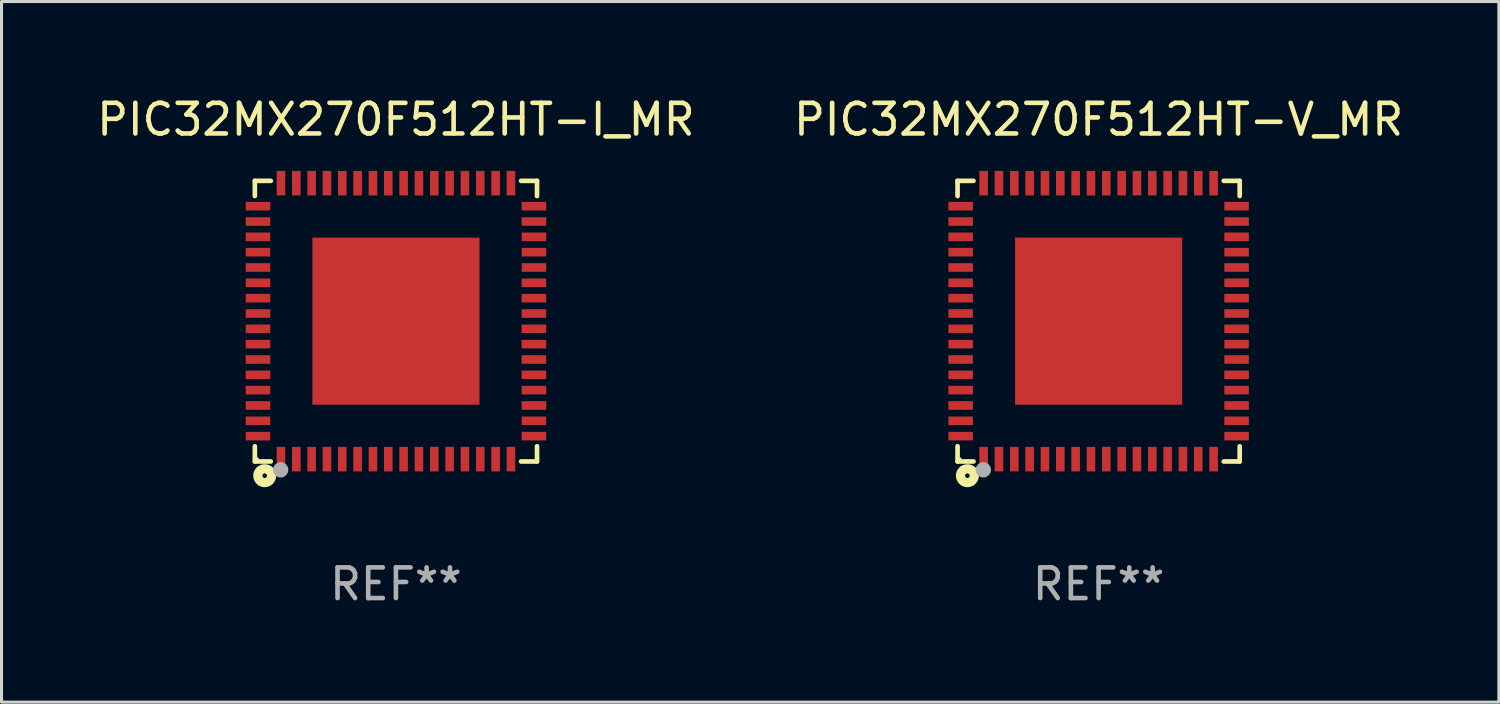
<source format=kicad_pcb>
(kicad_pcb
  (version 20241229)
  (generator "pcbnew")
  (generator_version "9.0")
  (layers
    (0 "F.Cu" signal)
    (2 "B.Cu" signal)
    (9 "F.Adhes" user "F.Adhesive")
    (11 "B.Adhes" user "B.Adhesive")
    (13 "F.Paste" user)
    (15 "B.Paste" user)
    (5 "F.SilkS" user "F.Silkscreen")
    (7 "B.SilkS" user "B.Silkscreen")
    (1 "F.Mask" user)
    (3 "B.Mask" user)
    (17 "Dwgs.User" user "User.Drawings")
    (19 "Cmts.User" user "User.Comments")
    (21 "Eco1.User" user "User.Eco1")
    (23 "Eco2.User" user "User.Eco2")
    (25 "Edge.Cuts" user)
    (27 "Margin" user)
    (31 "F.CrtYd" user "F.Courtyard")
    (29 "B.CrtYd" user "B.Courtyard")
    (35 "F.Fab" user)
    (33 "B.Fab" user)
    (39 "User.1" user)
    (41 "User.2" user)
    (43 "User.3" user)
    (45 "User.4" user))
  (footprint "PIC32MX270F512HT-I_MR"
    (layer "F.Cu")
    (at 9.863 7.424)
    (property "Reference" "PIC32MX270F512HT-I_MR" (at 0 -6.576 0) (layer "F.SilkS") (effects (font (size 1 1) (thickness 0.15))))
    (attr through_hole)
    (fp_line (start -4.601 -4.576) (end -4.081 -4.576) (stroke (width 0.152) (type solid)) (layer "F.SilkS"))
    (fp_line (start -4.601 -4.081) (end -4.601 -4.576) (stroke (width 0.152) (type solid)) (layer "F.SilkS"))
    (fp_line (start -4.601 4.081) (end -4.601 4.576) (stroke (width 0.152) (type solid)) (layer "F.SilkS"))
    (fp_line (start -4.601 4.576) (end -4.081 4.576) (stroke (width 0.152) (type solid)) (layer "F.SilkS"))
    (fp_line (start 4.601 -4.576) (end 4.081 -4.576) (stroke (width 0.152) (type solid)) (layer "F.SilkS"))
    (fp_line (start 4.601 -4.081) (end 4.601 -4.576) (stroke (width 0.152) (type solid)) (layer "F.SilkS"))
    (fp_line (start 4.601 4.081) (end 4.601 4.576) (stroke (width 0.152) (type solid)) (layer "F.SilkS"))
    (fp_line (start 4.601 4.576) (end 4.081 4.576) (stroke (width 0.152) (type solid)) (layer "F.SilkS"))
    (fp_circle (center -4.525 4.5) (end -4.495 4.5) (stroke (width 0.06) (type solid)) (fill no) (layer "F.SilkS"))
    (fp_circle (center -4.28 5.04) (end -4.205 5.04) (stroke (width 0.3) (type solid)) (fill no) (layer "F.SilkS"))
    (fp_circle (center -3.76 4.85) (end -3.635 4.85) (stroke (width 0.25) (type solid)) (fill no) (layer "F.Fab"))
    (fp_text user "REF**" (at 0 8.576 0) (layer "F.Fab") (effects (font (size 1 1) (thickness 0.15))))
    (pad "1" smd rect (at -3.75 4.5) (size 0.28 0.8) (layers "F.Cu" "F.Mask" "F.Paste"))
    (pad "2" smd rect (at -3.25 4.5) (size 0.28 0.8) (layers "F.Cu" "F.Mask" "F.Paste"))
    (pad "3" smd rect (at -2.75 4.5) (size 0.28 0.8) (layers "F.Cu" "F.Mask" "F.Paste"))
    (pad "4" smd rect (at -2.25 4.5) (size 0.28 0.8) (layers "F.Cu" "F.Mask" "F.Paste"))
    (pad "5" smd rect (at -1.75 4.5) (size 0.28 0.8) (layers "F.Cu" "F.Mask" "F.Paste"))
    (pad "6" smd rect (at -1.25 4.5) (size 0.28 0.8) (layers "F.Cu" "F.Mask" "F.Paste"))
    (pad "7" smd rect (at -0.75 4.5) (size 0.28 0.8) (layers "F.Cu" "F.Mask" "F.Paste"))
    (pad "8" smd rect (at -0.25 4.5) (size 0.28 0.8) (layers "F.Cu" "F.Mask" "F.Paste"))
    (pad "9" smd rect (at 0.25 4.5) (size 0.28 0.8) (layers "F.Cu" "F.Mask" "F.Paste"))
    (pad "10" smd rect (at 0.75 4.5) (size 0.28 0.8) (layers "F.Cu" "F.Mask" "F.Paste"))
    (pad "11" smd rect (at 1.25 4.5) (size 0.28 0.8) (layers "F.Cu" "F.Mask" "F.Paste"))
    (pad "12" smd rect (at 1.75 4.5) (size 0.28 0.8) (layers "F.Cu" "F.Mask" "F.Paste"))
    (pad "13" smd rect (at 2.25 4.5) (size 0.28 0.8) (layers "F.Cu" "F.Mask" "F.Paste"))
    (pad "14" smd rect (at 2.75 4.5) (size 0.28 0.8) (layers "F.Cu" "F.Mask" "F.Paste"))
    (pad "15" smd rect (at 3.25 4.5) (size 0.28 0.8) (layers "F.Cu" "F.Mask" "F.Paste"))
    (pad "16" smd rect (at 3.75 4.5) (size 0.28 0.8) (layers "F.Cu" "F.Mask" "F.Paste"))
    (pad "17" smd rect (at 4.5 3.75) (size 0.8 0.28) (layers "F.Cu" "F.Mask" "F.Paste"))
    (pad "18" smd rect (at 4.5 3.25) (size 0.8 0.28) (layers "F.Cu" "F.Mask" "F.Paste"))
    (pad "19" smd rect (at 4.5 2.75) (size 0.8 0.28) (layers "F.Cu" "F.Mask" "F.Paste"))
    (pad "20" smd rect (at 4.5 2.25) (size 0.8 0.28) (layers "F.Cu" "F.Mask" "F.Paste"))
    (pad "21" smd rect (at 4.5 1.75) (size 0.8 0.28) (layers "F.Cu" "F.Mask" "F.Paste"))
    (pad "22" smd rect (at 4.5 1.25) (size 0.8 0.28) (layers "F.Cu" "F.Mask" "F.Paste"))
    (pad "23" smd rect (at 4.5 0.75) (size 0.8 0.28) (layers "F.Cu" "F.Mask" "F.Paste"))
    (pad "24" smd rect (at 4.5 0.25) (size 0.8 0.28) (layers "F.Cu" "F.Mask" "F.Paste"))
    (pad "25" smd rect (at 4.5 -0.25) (size 0.8 0.28) (layers "F.Cu" "F.Mask" "F.Paste"))
    (pad "26" smd rect (at 4.5 -0.75) (size 0.8 0.28) (layers "F.Cu" "F.Mask" "F.Paste"))
    (pad "27" smd rect (at 4.5 -1.25) (size 0.8 0.28) (layers "F.Cu" "F.Mask" "F.Paste"))
    (pad "28" smd rect (at 4.5 -1.75) (size 0.8 0.28) (layers "F.Cu" "F.Mask" "F.Paste"))
    (pad "29" smd rect (at 4.5 -2.25) (size 0.8 0.28) (layers "F.Cu" "F.Mask" "F.Paste"))
    (pad "30" smd rect (at 4.5 -2.75) (size 0.8 0.28) (layers "F.Cu" "F.Mask" "F.Paste"))
    (pad "31" smd rect (at 4.5 -3.25) (size 0.8 0.28) (layers "F.Cu" "F.Mask" "F.Paste"))
    (pad "32" smd rect (at 4.5 -3.75) (size 0.8 0.28) (layers "F.Cu" "F.Mask" "F.Paste"))
    (pad "33" smd rect (at 3.75 -4.5) (size 0.28 0.8) (layers "F.Cu" "F.Mask" "F.Paste"))
    (pad "34" smd rect (at 3.25 -4.5) (size 0.28 0.8) (layers "F.Cu" "F.Mask" "F.Paste"))
    (pad "35" smd rect (at 2.75 -4.5) (size 0.28 0.8) (layers "F.Cu" "F.Mask" "F.Paste"))
    (pad "36" smd rect (at 2.25 -4.5) (size 0.28 0.8) (layers "F.Cu" "F.Mask" "F.Paste"))
    (pad "37" smd rect (at 1.75 -4.5) (size 0.28 0.8) (layers "F.Cu" "F.Mask" "F.Paste"))
    (pad "38" smd rect (at 1.25 -4.5) (size 0.28 0.8) (layers "F.Cu" "F.Mask" "F.Paste"))
    (pad "39" smd rect (at 0.75 -4.5) (size 0.28 0.8) (layers "F.Cu" "F.Mask" "F.Paste"))
    (pad "40" smd rect (at 0.25 -4.5) (size 0.28 0.8) (layers "F.Cu" "F.Mask" "F.Paste"))
    (pad "41" smd rect (at -0.25 -4.5) (size 0.28 0.8) (layers "F.Cu" "F.Mask" "F.Paste"))
    (pad "42" smd rect (at -0.75 -4.5) (size 0.28 0.8) (layers "F.Cu" "F.Mask" "F.Paste"))
    (pad "43" smd rect (at -1.25 -4.5) (size 0.28 0.8) (layers "F.Cu" "F.Mask" "F.Paste"))
    (pad "44" smd rect (at -1.75 -4.5) (size 0.28 0.8) (layers "F.Cu" "F.Mask" "F.Paste"))
    (pad "45" smd rect (at -2.25 -4.5) (size 0.28 0.8) (layers "F.Cu" "F.Mask" "F.Paste"))
    (pad "46" smd rect (at -2.75 -4.5) (size 0.28 0.8) (layers "F.Cu" "F.Mask" "F.Paste"))
    (pad "47" smd rect (at -3.25 -4.5) (size 0.28 0.8) (layers "F.Cu" "F.Mask" "F.Paste"))
    (pad "48" smd rect (at -3.75 -4.5) (size 0.28 0.8) (layers "F.Cu" "F.Mask" "F.Paste"))
    (pad "49" smd rect (at -4.5 -3.75) (size 0.8 0.28) (layers "F.Cu" "F.Mask" "F.Paste"))
    (pad "50" smd rect (at -4.5 -3.25) (size 0.8 0.28) (layers "F.Cu" "F.Mask" "F.Paste"))
    (pad "51" smd rect (at -4.5 -2.75) (size 0.8 0.28) (layers "F.Cu" "F.Mask" "F.Paste"))
    (pad "52" smd rect (at -4.5 -2.25) (size 0.8 0.28) (layers "F.Cu" "F.Mask" "F.Paste"))
    (pad "53" smd rect (at -4.5 -1.75) (size 0.8 0.28) (layers "F.Cu" "F.Mask" "F.Paste"))
    (pad "54" smd rect (at -4.5 -1.25) (size 0.8 0.28) (layers "F.Cu" "F.Mask" "F.Paste"))
    (pad "55" smd rect (at -4.5 -0.75) (size 0.8 0.28) (layers "F.Cu" "F.Mask" "F.Paste"))
    (pad "56" smd rect (at -4.5 -0.25) (size 0.8 0.28) (layers "F.Cu" "F.Mask" "F.Paste"))
    (pad "57" smd rect (at -4.5 0.25) (size 0.8 0.28) (layers "F.Cu" "F.Mask" "F.Paste"))
    (pad "58" smd rect (at -4.5 0.75) (size 0.8 0.28) (layers "F.Cu" "F.Mask" "F.Paste"))
    (pad "59" smd rect (at -4.5 1.25) (size 0.8 0.28) (layers "F.Cu" "F.Mask" "F.Paste"))
    (pad "60" smd rect (at -4.5 1.75) (size 0.8 0.28) (layers "F.Cu" "F.Mask" "F.Paste"))
    (pad "61" smd rect (at -4.5 2.25) (size 0.8 0.28) (layers "F.Cu" "F.Mask" "F.Paste"))
    (pad "62" smd rect (at -4.5 2.75) (size 0.8 0.28) (layers "F.Cu" "F.Mask" "F.Paste"))
    (pad "63" smd rect (at -4.5 3.25) (size 0.8 0.28) (layers "F.Cu" "F.Mask" "F.Paste"))
    (pad "64" smd rect (at -4.5 3.75) (size 0.8 0.28) (layers "F.Cu" "F.Mask" "F.Paste"))
    (pad "65" smd rect (at 0 0) (size 5.45 5.45) (layers "F.Cu" "F.Mask" "F.Paste")))
  (footprint "PIC32MX270F512HT-V_MR"
    (layer "F.Cu")
    (at 32.78 7.424)
    (property "Reference" "PIC32MX270F512HT-V_MR" (at 0 -6.576 0) (layer "F.SilkS") (effects (font (size 1 1) (thickness 0.15))))
    (attr through_hole)
    (fp_line (start -4.601 -4.576) (end -4.081 -4.576) (stroke (width 0.152) (type solid)) (layer "F.SilkS"))
    (fp_line (start -4.601 -4.081) (end -4.601 -4.576) (stroke (width 0.152) (type solid)) (layer "F.SilkS"))
    (fp_line (start -4.601 4.081) (end -4.601 4.576) (stroke (width 0.152) (type solid)) (layer "F.SilkS"))
    (fp_line (start -4.601 4.576) (end -4.081 4.576) (stroke (width 0.152) (type solid)) (layer "F.SilkS"))
    (fp_line (start 4.601 -4.576) (end 4.081 -4.576) (stroke (width 0.152) (type solid)) (layer "F.SilkS"))
    (fp_line (start 4.601 -4.081) (end 4.601 -4.576) (stroke (width 0.152) (type solid)) (layer "F.SilkS"))
    (fp_line (start 4.601 4.081) (end 4.601 4.576) (stroke (width 0.152) (type solid)) (layer "F.SilkS"))
    (fp_line (start 4.601 4.576) (end 4.081 4.576) (stroke (width 0.152) (type solid)) (layer "F.SilkS"))
    (fp_circle (center -4.525 4.5) (end -4.495 4.5) (stroke (width 0.06) (type solid)) (fill no) (layer "F.SilkS"))
    (fp_circle (center -4.28 5.04) (end -4.205 5.04) (stroke (width 0.3) (type solid)) (fill no) (layer "F.SilkS"))
    (fp_circle (center -3.76 4.85) (end -3.635 4.85) (stroke (width 0.25) (type solid)) (fill no) (layer "F.Fab"))
    (fp_text user "REF**" (at 0 8.576 0) (layer "F.Fab") (effects (font (size 1 1) (thickness 0.15))))
    (pad "1" smd rect (at -3.75 4.5) (size 0.28 0.8) (layers "F.Cu" "F.Mask" "F.Paste"))
    (pad "2" smd rect (at -3.25 4.5) (size 0.28 0.8) (layers "F.Cu" "F.Mask" "F.Paste"))
    (pad "3" smd rect (at -2.75 4.5) (size 0.28 0.8) (layers "F.Cu" "F.Mask" "F.Paste"))
    (pad "4" smd rect (at -2.25 4.5) (size 0.28 0.8) (layers "F.Cu" "F.Mask" "F.Paste"))
    (pad "5" smd rect (at -1.75 4.5) (size 0.28 0.8) (layers "F.Cu" "F.Mask" "F.Paste"))
    (pad "6" smd rect (at -1.25 4.5) (size 0.28 0.8) (layers "F.Cu" "F.Mask" "F.Paste"))
    (pad "7" smd rect (at -0.75 4.5) (size 0.28 0.8) (layers "F.Cu" "F.Mask" "F.Paste"))
    (pad "8" smd rect (at -0.25 4.5) (size 0.28 0.8) (layers "F.Cu" "F.Mask" "F.Paste"))
    (pad "9" smd rect (at 0.25 4.5) (size 0.28 0.8) (layers "F.Cu" "F.Mask" "F.Paste"))
    (pad "10" smd rect (at 0.75 4.5) (size 0.28 0.8) (layers "F.Cu" "F.Mask" "F.Paste"))
    (pad "11" smd rect (at 1.25 4.5) (size 0.28 0.8) (layers "F.Cu" "F.Mask" "F.Paste"))
    (pad "12" smd rect (at 1.75 4.5) (size 0.28 0.8) (layers "F.Cu" "F.Mask" "F.Paste"))
    (pad "13" smd rect (at 2.25 4.5) (size 0.28 0.8) (layers "F.Cu" "F.Mask" "F.Paste"))
    (pad "14" smd rect (at 2.75 4.5) (size 0.28 0.8) (layers "F.Cu" "F.Mask" "F.Paste"))
    (pad "15" smd rect (at 3.25 4.5) (size 0.28 0.8) (layers "F.Cu" "F.Mask" "F.Paste"))
    (pad "16" smd rect (at 3.75 4.5) (size 0.28 0.8) (layers "F.Cu" "F.Mask" "F.Paste"))
    (pad "17" smd rect (at 4.5 3.75) (size 0.8 0.28) (layers "F.Cu" "F.Mask" "F.Paste"))
    (pad "18" smd rect (at 4.5 3.25) (size 0.8 0.28) (layers "F.Cu" "F.Mask" "F.Paste"))
    (pad "19" smd rect (at 4.5 2.75) (size 0.8 0.28) (layers "F.Cu" "F.Mask" "F.Paste"))
    (pad "20" smd rect (at 4.5 2.25) (size 0.8 0.28) (layers "F.Cu" "F.Mask" "F.Paste"))
    (pad "21" smd rect (at 4.5 1.75) (size 0.8 0.28) (layers "F.Cu" "F.Mask" "F.Paste"))
    (pad "22" smd rect (at 4.5 1.25) (size 0.8 0.28) (layers "F.Cu" "F.Mask" "F.Paste"))
    (pad "23" smd rect (at 4.5 0.75) (size 0.8 0.28) (layers "F.Cu" "F.Mask" "F.Paste"))
    (pad "24" smd rect (at 4.5 0.25) (size 0.8 0.28) (layers "F.Cu" "F.Mask" "F.Paste"))
    (pad "25" smd rect (at 4.5 -0.25) (size 0.8 0.28) (layers "F.Cu" "F.Mask" "F.Paste"))
    (pad "26" smd rect (at 4.5 -0.75) (size 0.8 0.28) (layers "F.Cu" "F.Mask" "F.Paste"))
    (pad "27" smd rect (at 4.5 -1.25) (size 0.8 0.28) (layers "F.Cu" "F.Mask" "F.Paste"))
    (pad "28" smd rect (at 4.5 -1.75) (size 0.8 0.28) (layers "F.Cu" "F.Mask" "F.Paste"))
    (pad "29" smd rect (at 4.5 -2.25) (size 0.8 0.28) (layers "F.Cu" "F.Mask" "F.Paste"))
    (pad "30" smd rect (at 4.5 -2.75) (size 0.8 0.28) (layers "F.Cu" "F.Mask" "F.Paste"))
    (pad "31" smd rect (at 4.5 -3.25) (size 0.8 0.28) (layers "F.Cu" "F.Mask" "F.Paste"))
    (pad "32" smd rect (at 4.5 -3.75) (size 0.8 0.28) (layers "F.Cu" "F.Mask" "F.Paste"))
    (pad "33" smd rect (at 3.75 -4.5) (size 0.28 0.8) (layers "F.Cu" "F.Mask" "F.Paste"))
    (pad "34" smd rect (at 3.25 -4.5) (size 0.28 0.8) (layers "F.Cu" "F.Mask" "F.Paste"))
    (pad "35" smd rect (at 2.75 -4.5) (size 0.28 0.8) (layers "F.Cu" "F.Mask" "F.Paste"))
    (pad "36" smd rect (at 2.25 -4.5) (size 0.28 0.8) (layers "F.Cu" "F.Mask" "F.Paste"))
    (pad "37" smd rect (at 1.75 -4.5) (size 0.28 0.8) (layers "F.Cu" "F.Mask" "F.Paste"))
    (pad "38" smd rect (at 1.25 -4.5) (size 0.28 0.8) (layers "F.Cu" "F.Mask" "F.Paste"))
    (pad "39" smd rect (at 0.75 -4.5) (size 0.28 0.8) (layers "F.Cu" "F.Mask" "F.Paste"))
    (pad "40" smd rect (at 0.25 -4.5) (size 0.28 0.8) (layers "F.Cu" "F.Mask" "F.Paste"))
    (pad "41" smd rect (at -0.25 -4.5) (size 0.28 0.8) (layers "F.Cu" "F.Mask" "F.Paste"))
    (pad "42" smd rect (at -0.75 -4.5) (size 0.28 0.8) (layers "F.Cu" "F.Mask" "F.Paste"))
    (pad "43" smd rect (at -1.25 -4.5) (size 0.28 0.8) (layers "F.Cu" "F.Mask" "F.Paste"))
    (pad "44" smd rect (at -1.75 -4.5) (size 0.28 0.8) (layers "F.Cu" "F.Mask" "F.Paste"))
    (pad "45" smd rect (at -2.25 -4.5) (size 0.28 0.8) (layers "F.Cu" "F.Mask" "F.Paste"))
    (pad "46" smd rect (at -2.75 -4.5) (size 0.28 0.8) (layers "F.Cu" "F.Mask" "F.Paste"))
    (pad "47" smd rect (at -3.25 -4.5) (size 0.28 0.8) (layers "F.Cu" "F.Mask" "F.Paste"))
    (pad "48" smd rect (at -3.75 -4.5) (size 0.28 0.8) (layers "F.Cu" "F.Mask" "F.Paste"))
    (pad "49" smd rect (at -4.5 -3.75) (size 0.8 0.28) (layers "F.Cu" "F.Mask" "F.Paste"))
    (pad "50" smd rect (at -4.5 -3.25) (size 0.8 0.28) (layers "F.Cu" "F.Mask" "F.Paste"))
    (pad "51" smd rect (at -4.5 -2.75) (size 0.8 0.28) (layers "F.Cu" "F.Mask" "F.Paste"))
    (pad "52" smd rect (at -4.5 -2.25) (size 0.8 0.28) (layers "F.Cu" "F.Mask" "F.Paste"))
    (pad "53" smd rect (at -4.5 -1.75) (size 0.8 0.28) (layers "F.Cu" "F.Mask" "F.Paste"))
    (pad "54" smd rect (at -4.5 -1.25) (size 0.8 0.28) (layers "F.Cu" "F.Mask" "F.Paste"))
    (pad "55" smd rect (at -4.5 -0.75) (size 0.8 0.28) (layers "F.Cu" "F.Mask" "F.Paste"))
    (pad "56" smd rect (at -4.5 -0.25) (size 0.8 0.28) (layers "F.Cu" "F.Mask" "F.Paste"))
    (pad "57" smd rect (at -4.5 0.25) (size 0.8 0.28) (layers "F.Cu" "F.Mask" "F.Paste"))
    (pad "58" smd rect (at -4.5 0.75) (size 0.8 0.28) (layers "F.Cu" "F.Mask" "F.Paste"))
    (pad "59" smd rect (at -4.5 1.25) (size 0.8 0.28) (layers "F.Cu" "F.Mask" "F.Paste"))
    (pad "60" smd rect (at -4.5 1.75) (size 0.8 0.28) (layers "F.Cu" "F.Mask" "F.Paste"))
    (pad "61" smd rect (at -4.5 2.25) (size 0.8 0.28) (layers "F.Cu" "F.Mask" "F.Paste"))
    (pad "62" smd rect (at -4.5 2.75) (size 0.8 0.28) (layers "F.Cu" "F.Mask" "F.Paste"))
    (pad "63" smd rect (at -4.5 3.25) (size 0.8 0.28) (layers "F.Cu" "F.Mask" "F.Paste"))
    (pad "64" smd rect (at -4.5 3.75) (size 0.8 0.28) (layers "F.Cu" "F.Mask" "F.Paste"))
    (pad "65" smd rect (at 0 0) (size 5.45 5.45) (layers "F.Cu" "F.Mask" "F.Paste")))
  (gr_rect
    (start -3 -3)
    (end 45.833 19.849)
    (stroke (width 0.1) (type default))
    (fill no)
    (layer "Edge.Cuts")))
</source>
